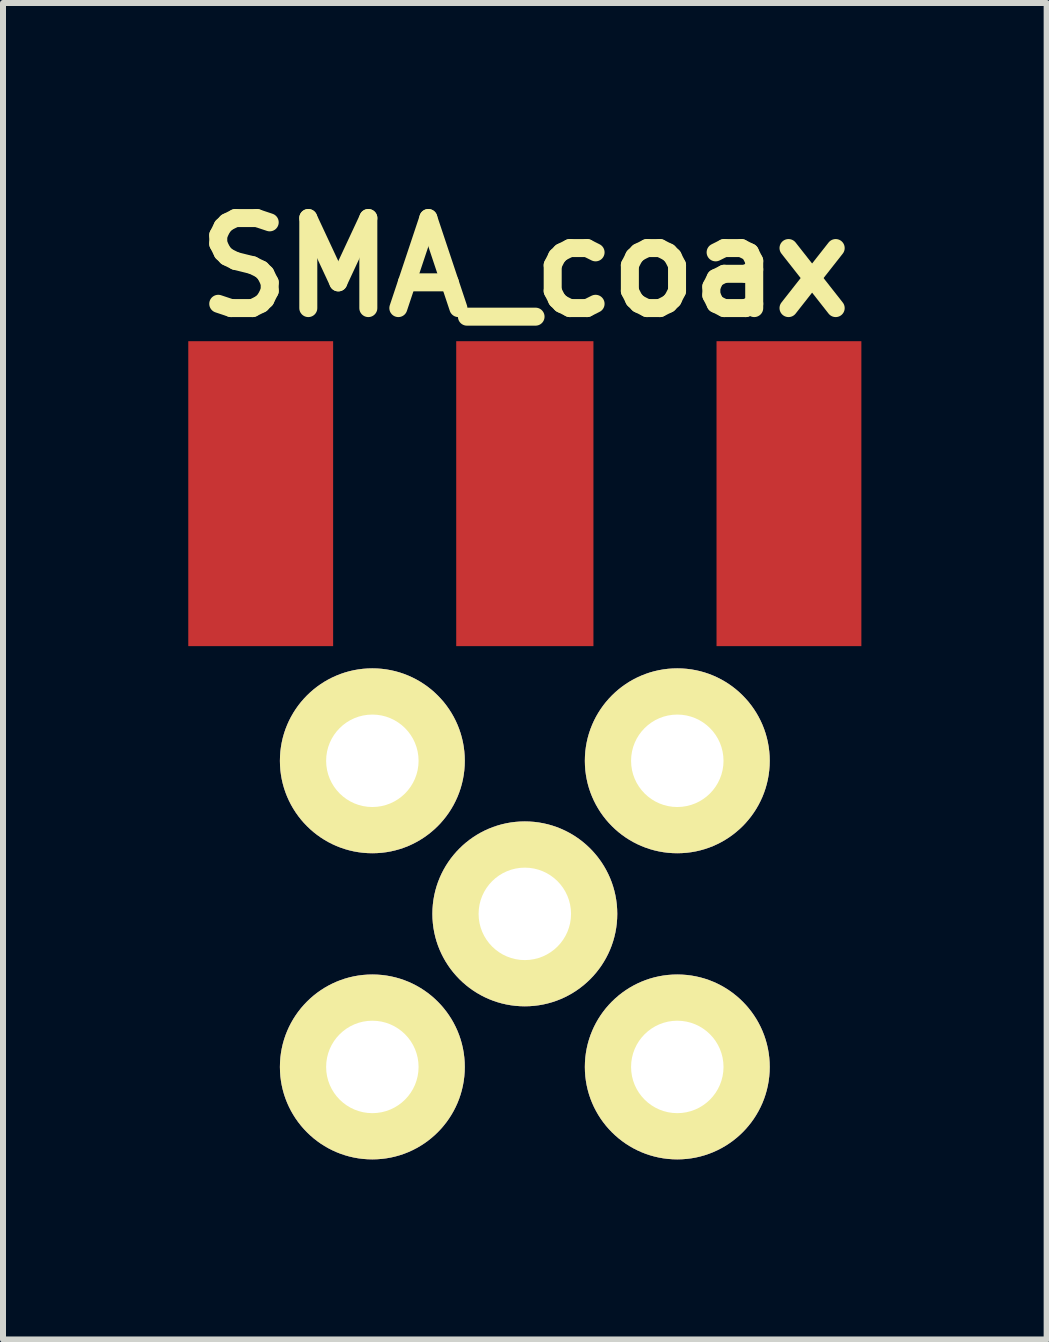
<source format=kicad_pcb>
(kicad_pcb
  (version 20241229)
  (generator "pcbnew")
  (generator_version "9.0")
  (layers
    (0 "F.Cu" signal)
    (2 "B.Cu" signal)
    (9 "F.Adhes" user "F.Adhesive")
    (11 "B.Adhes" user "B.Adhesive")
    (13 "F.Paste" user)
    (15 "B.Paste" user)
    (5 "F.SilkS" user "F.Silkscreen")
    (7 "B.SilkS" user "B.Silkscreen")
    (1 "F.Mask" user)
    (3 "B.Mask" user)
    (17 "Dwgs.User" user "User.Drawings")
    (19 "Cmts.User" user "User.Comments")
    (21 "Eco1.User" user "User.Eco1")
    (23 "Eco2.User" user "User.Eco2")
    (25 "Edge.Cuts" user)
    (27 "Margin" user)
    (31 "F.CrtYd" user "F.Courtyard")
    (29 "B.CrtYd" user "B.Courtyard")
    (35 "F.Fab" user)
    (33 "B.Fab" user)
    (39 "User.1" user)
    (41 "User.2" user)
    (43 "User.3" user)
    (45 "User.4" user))
  (footprint "SMA_coax"
    (layer "F.Cu")
    (at 5.693 2.674)
    (property "Reference" "SMA_coax" (at 0 -1.27 0) (layer "F.SilkS") (effects (font (size 1.5 1.5) (thickness 0.3))))
    (attr through_hole)
    (pad "1" smd rect (at 0 2.5) (size 2.286 5.08) (layers "F.Cu" "F.Mask" "F.Paste"))
    (pad "1" thru_hole circle (at 0 9.5) (size 3.08 3.08) (drill 1.54) (layers "*.Cu" "*.Mask" "F.SilkS"))
    (pad "2" smd rect (at -4.4 2.5) (size 2.413 5.08) (layers "F.Cu" "F.Mask" "F.Paste"))
    (pad "2" thru_hole circle (at -2.54 6.95) (size 3.08 3.08) (drill 1.54) (layers "*.Cu" "*.Mask" "F.SilkS"))
    (pad "2" thru_hole circle (at -2.54 12.05) (size 3.08 3.08) (drill 1.54) (layers "*.Cu" "*.Mask" "F.SilkS"))
    (pad "2" thru_hole circle (at 2.54 6.95) (size 3.08 3.08) (drill 1.54) (layers "*.Cu" "*.Mask" "F.SilkS"))
    (pad "2" thru_hole circle (at 2.54 12.05) (size 3.08 3.08) (drill 1.54) (layers "*.Cu" "*.Mask" "F.SilkS"))
    (pad "2" smd rect (at 4.4 2.5) (size 2.413 5.08) (layers "F.Cu" "F.Mask" "F.Paste")))
  (gr_rect
    (start -3 -3)
    (end 14.386 19.264)
    (stroke (width 0.1) (type default))
    (fill no)
    (layer "Edge.Cuts")))
</source>
